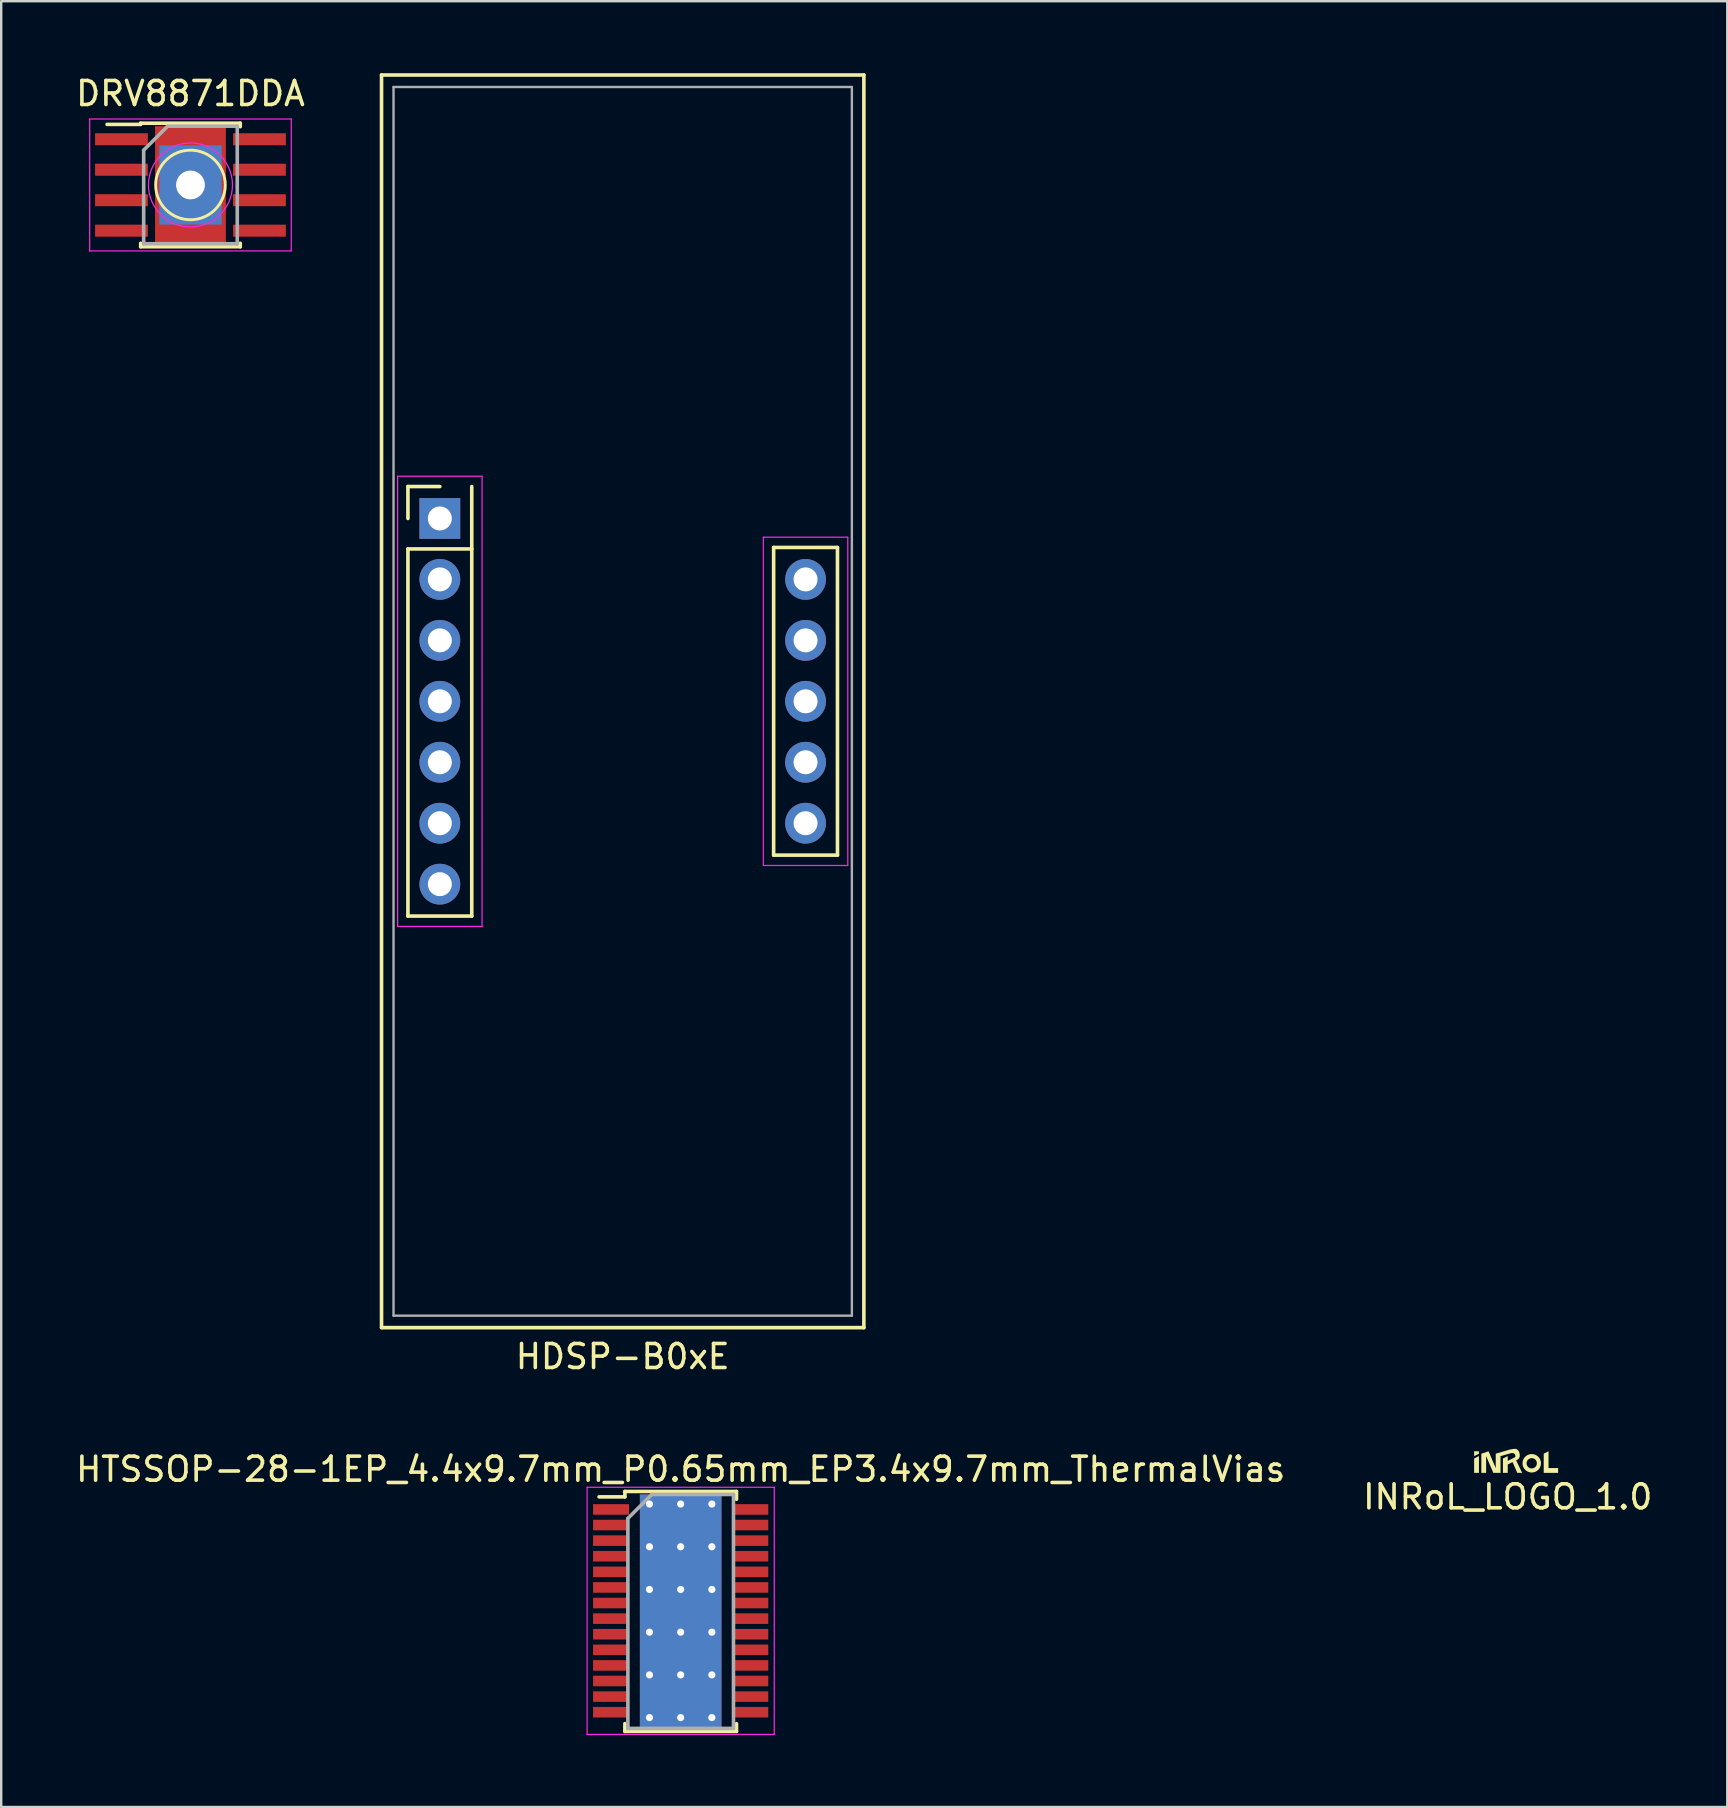
<source format=kicad_pcb>
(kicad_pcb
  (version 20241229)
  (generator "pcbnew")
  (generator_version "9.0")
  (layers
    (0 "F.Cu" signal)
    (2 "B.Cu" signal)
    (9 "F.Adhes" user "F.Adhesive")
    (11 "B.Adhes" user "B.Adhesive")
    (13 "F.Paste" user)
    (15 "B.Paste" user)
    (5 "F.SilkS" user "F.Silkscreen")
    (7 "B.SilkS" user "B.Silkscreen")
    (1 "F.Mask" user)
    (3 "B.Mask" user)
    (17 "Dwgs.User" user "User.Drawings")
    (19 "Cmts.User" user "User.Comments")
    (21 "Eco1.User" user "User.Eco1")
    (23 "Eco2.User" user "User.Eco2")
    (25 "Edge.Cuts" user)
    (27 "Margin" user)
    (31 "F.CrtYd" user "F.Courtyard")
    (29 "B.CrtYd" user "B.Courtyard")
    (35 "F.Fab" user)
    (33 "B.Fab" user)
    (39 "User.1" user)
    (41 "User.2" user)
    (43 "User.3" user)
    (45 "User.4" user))
  (footprint "DRV8871DDA"
    (layer "F.Cu")
    (at 4.887 4.658)
    (property "Reference" "DRV8871DDA" (at 0 -3.81 0) (layer "F.SilkS") (effects (font (size 1 1) (thickness 0.15))))
    (attr through_hole)
    (fp_line (start -2.075 -2.575) (end -2.075 -2.525) (stroke (width 0.15) (type solid)) (layer "F.SilkS"))
    (fp_line (start -2.075 -2.575) (end 2.075 -2.575) (stroke (width 0.15) (type solid)) (layer "F.SilkS"))
    (fp_line (start -2.075 -2.525) (end -3.475 -2.525) (stroke (width 0.15) (type solid)) (layer "F.SilkS"))
    (fp_line (start -2.075 2.575) (end -2.075 2.43) (stroke (width 0.15) (type solid)) (layer "F.SilkS"))
    (fp_line (start -2.075 2.575) (end 2.075 2.575) (stroke (width 0.15) (type solid)) (layer "F.SilkS"))
    (fp_line (start 2.075 -2.575) (end 2.075 -2.43) (stroke (width 0.15) (type solid)) (layer "F.SilkS"))
    (fp_line (start 2.075 2.575) (end 2.075 2.43) (stroke (width 0.15) (type solid)) (layer "F.SilkS"))
    (fp_circle (center 0 0) (end 0 1.45) (stroke (width 0.12) (type solid)) (fill no) (layer "F.SilkS"))
    (fp_line (start -4.2 -2.75) (end -4.2 2.75) (stroke (width 0.05) (type solid)) (layer "F.CrtYd"))
    (fp_line (start -4.2 -2.75) (end 4.2 -2.75) (stroke (width 0.05) (type solid)) (layer "F.CrtYd"))
    (fp_line (start -4.2 2.75) (end 4.2 2.75) (stroke (width 0.05) (type solid)) (layer "F.CrtYd"))
    (fp_line (start 4.2 -2.75) (end 4.2 2.75) (stroke (width 0.05) (type solid)) (layer "F.CrtYd"))
    (fp_circle (center 0 0) (end 1.75 0) (stroke (width 0.05) (type solid)) (fill no) (layer "F.CrtYd"))
    (fp_line (start -1.95 -1.45) (end -0.95 -2.45) (stroke (width 0.15) (type solid)) (layer "F.Fab"))
    (fp_line (start -1.95 2.45) (end -1.95 -1.45) (stroke (width 0.15) (type solid)) (layer "F.Fab"))
    (fp_line (start -0.95 -2.45) (end 1.95 -2.45) (stroke (width 0.15) (type solid)) (layer "F.Fab"))
    (fp_line (start 1.95 -2.45) (end 1.95 2.45) (stroke (width 0.15) (type solid)) (layer "F.Fab"))
    (fp_line (start 1.95 2.45) (end -1.95 2.45) (stroke (width 0.15) (type solid)) (layer "F.Fab"))
    (pad "" smd rect (at 0 0) (size 2.4 3.1) (layers "F.Mask"))
    (pad "" smd rect (at 0 0) (size 2.4 3.1) (layers "F.Paste"))
    (pad "" thru_hole circle (at 0 0) (size 2.5 2.5) (drill 1.2) (layers "*.Cu" "*.Mask"))
    (pad "1" smd rect (at -2.875 -1.905) (size 2.2 0.5) (layers "F.Cu" "F.Mask" "F.Paste"))
    (pad "2" smd rect (at -2.875 -0.635) (size 2.2 0.5) (layers "F.Cu" "F.Mask" "F.Paste"))
    (pad "3" smd rect (at -2.875 0.635) (size 2.2 0.5) (layers "F.Cu" "F.Mask" "F.Paste"))
    (pad "4" smd rect (at -2.875 1.905) (size 2.2 0.5) (layers "F.Cu" "F.Mask" "F.Paste"))
    (pad "5" smd rect (at 2.875 1.905) (size 2.2 0.5) (layers "F.Cu" "F.Mask" "F.Paste"))
    (pad "6" smd rect (at 2.875 0.635) (size 2.2 0.5) (layers "F.Cu" "F.Mask" "F.Paste"))
    (pad "7" smd rect (at 2.875 -0.635) (size 2.2 0.5) (layers "F.Cu" "F.Mask" "F.Paste"))
    (pad "8" smd rect (at 2.875 -1.905) (size 2.2 0.5) (layers "F.Cu" "F.Mask" "F.Paste"))
    (pad "9" smd rect (at 0 0) (size 2.6 3.3) (layers "B.Cu"))
    (pad "9" smd rect (at 0 0) (size 2.95 4.9) (layers "F.Cu")))
  (footprint "HTSSOP-28-1EP_4.4x9.7mm_P0.65mm_EP3.4x9.7mm_ThermalVias"
    (layer "F.Cu")
    (at 25.315 64.076)
    (property "Reference" "HTSSOP-28-1EP_4.4x9.7mm_P0.65mm_EP3.4x9.7mm_ThermalVias" (at 0 -5.9 0) (layer "F.SilkS") (effects (font (size 1 1) (thickness 0.15))))
    (attr smd)
    (fp_line (start -2.325 -4.975) (end -2.325 -4.75) (stroke (width 0.15) (type solid)) (layer "F.SilkS"))
    (fp_line (start -2.325 -4.975) (end 2.325 -4.975) (stroke (width 0.15) (type solid)) (layer "F.SilkS"))
    (fp_line (start -2.325 -4.75) (end -3.4 -4.75) (stroke (width 0.15) (type solid)) (layer "F.SilkS"))
    (fp_line (start -2.325 5.026) (end -2.325 4.701) (stroke (width 0.15) (type solid)) (layer "F.SilkS"))
    (fp_line (start -2.325 5.026) (end 2.325 5.026) (stroke (width 0.15) (type solid)) (layer "F.SilkS"))
    (fp_line (start 2.325 -4.975) (end 2.325 -4.65) (stroke (width 0.15) (type solid)) (layer "F.SilkS"))
    (fp_line (start 2.325 5.026) (end 2.325 4.701) (stroke (width 0.15) (type solid)) (layer "F.SilkS"))
    (fp_line (start -3.9 -5.15) (end -3.9 5.15) (stroke (width 0.05) (type solid)) (layer "F.CrtYd"))
    (fp_line (start -3.9 -5.15) (end 3.9 -5.15) (stroke (width 0.05) (type solid)) (layer "F.CrtYd"))
    (fp_line (start -3.9 5.15) (end 3.9 5.15) (stroke (width 0.05) (type solid)) (layer "F.CrtYd"))
    (fp_line (start 3.9 -5.15) (end 3.9 5.15) (stroke (width 0.05) (type solid)) (layer "F.CrtYd"))
    (fp_line (start -2.2 -3.85) (end -1.2 -4.85) (stroke (width 0.15) (type solid)) (layer "F.Fab"))
    (fp_line (start -2.2 4.85) (end -2.2 -3.85) (stroke (width 0.15) (type solid)) (layer "F.Fab"))
    (fp_line (start -1.2 -4.85) (end 2.2 -4.85) (stroke (width 0.15) (type solid)) (layer "F.Fab"))
    (fp_line (start 2.2 -4.85) (end 2.2 4.85) (stroke (width 0.15) (type solid)) (layer "F.Fab"))
    (fp_line (start 2.2 4.901) (end -2.2 4.901) (stroke (width 0.15) (type solid)) (layer "F.Fab"))
    (pad "" smd rect (at 0 0) (size 3.1 4.05) (layers "F.Mask"))
    (pad "" smd rect (at 0 0) (size 3.1 4.05) (layers "F.Paste"))
    (pad "1" smd rect (at -2.9 -4.225) (size 1.5 0.44) (layers "F.Cu" "F.Mask" "F.Paste"))
    (pad "2" smd rect (at -2.9 -3.575) (size 1.5 0.44) (layers "F.Cu" "F.Mask" "F.Paste"))
    (pad "3" smd rect (at -2.9 -2.925) (size 1.5 0.44) (layers "F.Cu" "F.Mask" "F.Paste"))
    (pad "4" smd rect (at -2.9 -2.275) (size 1.5 0.44) (layers "F.Cu" "F.Mask" "F.Paste"))
    (pad "5" smd rect (at -2.9 -1.625) (size 1.5 0.44) (layers "F.Cu" "F.Mask" "F.Paste"))
    (pad "6" smd rect (at -2.9 -0.975) (size 1.5 0.44) (layers "F.Cu" "F.Mask" "F.Paste"))
    (pad "7" smd rect (at -2.9 -0.325) (size 1.5 0.44) (layers "F.Cu" "F.Mask" "F.Paste"))
    (pad "8" smd rect (at -2.9 0.325) (size 1.5 0.44) (layers "F.Cu" "F.Mask" "F.Paste"))
    (pad "9" smd rect (at -2.9 0.975) (size 1.5 0.44) (layers "F.Cu" "F.Mask" "F.Paste"))
    (pad "10" smd rect (at -2.9 1.625) (size 1.5 0.44) (layers "F.Cu" "F.Mask" "F.Paste"))
    (pad "11" smd rect (at -2.9 2.275) (size 1.5 0.44) (layers "F.Cu" "F.Mask" "F.Paste"))
    (pad "12" smd rect (at -2.9 2.925) (size 1.5 0.44) (layers "F.Cu" "F.Mask" "F.Paste"))
    (pad "13" smd rect (at -2.9 3.575) (size 1.5 0.44) (layers "F.Cu" "F.Mask" "F.Paste"))
    (pad "14" smd rect (at -2.9 4.225) (size 1.5 0.44) (layers "F.Cu" "F.Mask" "F.Paste"))
    (pad "15" smd rect (at 2.9 4.225) (size 1.5 0.44) (layers "F.Cu" "F.Mask" "F.Paste"))
    (pad "16" smd rect (at 2.9 3.575) (size 1.5 0.44) (layers "F.Cu" "F.Mask" "F.Paste"))
    (pad "17" smd rect (at 2.9 2.925) (size 1.5 0.44) (layers "F.Cu" "F.Mask" "F.Paste"))
    (pad "18" smd rect (at 2.9 2.275) (size 1.5 0.44) (layers "F.Cu" "F.Mask" "F.Paste"))
    (pad "19" smd rect (at 2.9 1.625) (size 1.5 0.44) (layers "F.Cu" "F.Mask" "F.Paste"))
    (pad "20" smd rect (at 2.9 0.975) (size 1.5 0.44) (layers "F.Cu" "F.Mask" "F.Paste"))
    (pad "21" smd rect (at 2.9 0.325) (size 1.5 0.44) (layers "F.Cu" "F.Mask" "F.Paste"))
    (pad "22" smd rect (at 2.9 -0.325) (size 1.5 0.44) (layers "F.Cu" "F.Mask" "F.Paste"))
    (pad "23" smd rect (at 2.9 -0.975) (size 1.5 0.44) (layers "F.Cu" "F.Mask" "F.Paste"))
    (pad "24" smd rect (at 2.9 -1.625) (size 1.5 0.44) (layers "F.Cu" "F.Mask" "F.Paste"))
    (pad "25" smd rect (at 2.9 -2.275) (size 1.5 0.44) (layers "F.Cu" "F.Mask" "F.Paste"))
    (pad "26" smd rect (at 2.9 -2.925) (size 1.5 0.44) (layers "F.Cu" "F.Mask" "F.Paste"))
    (pad "27" smd rect (at 2.9 -3.575) (size 1.5 0.44) (layers "F.Cu" "F.Mask" "F.Paste"))
    (pad "28" smd rect (at 2.9 -4.225) (size 1.5 0.44) (layers "F.Cu" "F.Mask" "F.Paste"))
    (pad "29" thru_hole circle (at -1.3 -4.45) (size 0.6 0.6) (drill 0.3) (layers "*.Cu"))
    (pad "29" thru_hole circle (at -1.3 -2.67) (size 0.6 0.6) (drill 0.3) (layers "*.Cu"))
    (pad "29" thru_hole circle (at -1.3 -0.89) (size 0.6 0.6) (drill 0.3) (layers "*.Cu"))
    (pad "29" thru_hole circle (at -1.3 0.89) (size 0.6 0.6) (drill 0.3) (layers "*.Cu"))
    (pad "29" thru_hole circle (at -1.3 2.67) (size 0.6 0.6) (drill 0.3) (layers "*.Cu"))
    (pad "29" thru_hole circle (at -1.3 4.45) (size 0.6 0.6) (drill 0.3) (layers "*.Cu"))
    (pad "29" thru_hole circle (at 0 -4.45) (size 0.6 0.6) (drill 0.3) (layers "*.Cu"))
    (pad "29" thru_hole circle (at 0 -2.67) (size 0.6 0.6) (drill 0.3) (layers "*.Cu"))
    (pad "29" thru_hole circle (at 0 -0.89) (size 0.6 0.6) (drill 0.3) (layers "*.Cu"))
    (pad "29" smd rect (at 0 0) (size 3.4 9.7) (layers "F.Cu"))
    (pad "29" smd rect (at 0 0) (size 3.4 9.7) (layers "B.Cu"))
    (pad "29" thru_hole circle (at 0 0.89) (size 0.6 0.6) (drill 0.3) (layers "*.Cu"))
    (pad "29" thru_hole circle (at 0 2.67) (size 0.6 0.6) (drill 0.3) (layers "*.Cu"))
    (pad "29" thru_hole circle (at 0 4.45) (size 0.6 0.6) (drill 0.3) (layers "*.Cu"))
    (pad "29" thru_hole circle (at 1.3 -4.45) (size 0.6 0.6) (drill 0.3) (layers "*.Cu"))
    (pad "29" thru_hole circle (at 1.3 -2.67) (size 0.6 0.6) (drill 0.3) (layers "*.Cu"))
    (pad "29" thru_hole circle (at 1.3 -0.89) (size 0.6 0.6) (drill 0.3) (layers "*.Cu"))
    (pad "29" thru_hole circle (at 1.3 0.89) (size 0.6 0.6) (drill 0.3) (layers "*.Cu"))
    (pad "29" thru_hole circle (at 1.3 2.67) (size 0.6 0.6) (drill 0.3) (layers "*.Cu"))
    (pad "29" thru_hole circle (at 1.3 4.45) (size 0.6 0.6) (drill 0.3) (layers "*.Cu")))
  (footprint "HDSP-B0xE"
    (layer "F.Cu")
    (at 22.899 26.175)
    (property "Reference" "HDSP-B0xE" (at 0 27.305 0) (layer "F.SilkS") (effects (font (size 1 1) (thickness 0.15))))
    (attr through_hole)
    (fp_line (start -10.05 -26.1) (end -10.05 26.1) (stroke (width 0.15) (type solid)) (layer "F.SilkS"))
    (fp_line (start -10.05 -26.1) (end 10.05 -26.1) (stroke (width 0.15) (type solid)) (layer "F.SilkS"))
    (fp_line (start -10.05 26.1) (end 10.05 26.1) (stroke (width 0.15) (type solid)) (layer "F.SilkS"))
    (fp_line (start -8.95 -8.95) (end -8.95 -7.62) (stroke (width 0.15) (type solid)) (layer "F.SilkS"))
    (fp_line (start -8.95 -6.35) (end -8.95 8.95) (stroke (width 0.15) (type solid)) (layer "F.SilkS"))
    (fp_line (start -7.62 -8.95) (end -8.95 -8.95) (stroke (width 0.15) (type solid)) (layer "F.SilkS"))
    (fp_line (start -6.29 -8.95) (end -6.29 8.95) (stroke (width 0.15) (type solid)) (layer "F.SilkS"))
    (fp_line (start -6.29 -6.35) (end -8.95 -6.35) (stroke (width 0.15) (type solid)) (layer "F.SilkS"))
    (fp_line (start -6.29 8.95) (end -8.95 8.95) (stroke (width 0.15) (type solid)) (layer "F.SilkS"))
    (fp_line (start 6.29 -6.41) (end 6.29 6.41) (stroke (width 0.15) (type solid)) (layer "F.SilkS"))
    (fp_line (start 8.95 -6.41) (end 6.29 -6.41) (stroke (width 0.15) (type solid)) (layer "F.SilkS"))
    (fp_line (start 8.95 -6.41) (end 8.95 6.41) (stroke (width 0.15) (type solid)) (layer "F.SilkS"))
    (fp_line (start 8.95 6.41) (end 6.29 6.41) (stroke (width 0.15) (type solid)) (layer "F.SilkS"))
    (fp_line (start 10.05 -26.1) (end 10.05 26.1) (stroke (width 0.15) (type solid)) (layer "F.SilkS"))
    (fp_line (start -9.38 -9.38) (end -9.38 9.38) (stroke (width 0.05) (type solid)) (layer "F.CrtYd"))
    (fp_line (start -5.86 -9.38) (end -9.38 -9.38) (stroke (width 0.05) (type solid)) (layer "F.CrtYd"))
    (fp_line (start -5.86 -9.38) (end -5.86 9.38) (stroke (width 0.05) (type solid)) (layer "F.CrtYd"))
    (fp_line (start -5.86 9.38) (end -9.38 9.38) (stroke (width 0.05) (type solid)) (layer "F.CrtYd"))
    (fp_line (start 5.86 -6.84) (end 5.86 6.84) (stroke (width 0.05) (type solid)) (layer "F.CrtYd"))
    (fp_line (start 9.38 -6.84) (end 5.86 -6.84) (stroke (width 0.05) (type solid)) (layer "F.CrtYd"))
    (fp_line (start 9.38 -6.84) (end 9.38 6.84) (stroke (width 0.05) (type solid)) (layer "F.CrtYd"))
    (fp_line (start 9.38 6.84) (end 5.86 6.84) (stroke (width 0.05) (type solid)) (layer "F.CrtYd"))
    (fp_line (start -9.55 -25.6) (end -9.55 25.6) (stroke (width 0.1) (type solid)) (layer "F.Fab"))
    (fp_line (start -9.55 -25.6) (end 9.55 -25.6) (stroke (width 0.1) (type solid)) (layer "F.Fab"))
    (fp_line (start -9.55 25.6) (end 9.55 25.6) (stroke (width 0.1) (type solid)) (layer "F.Fab"))
    (fp_line (start 9.55 -25.6) (end 9.55 25.6) (stroke (width 0.1) (type solid)) (layer "F.Fab"))
    (pad "1" thru_hole rect (at -7.62 -7.62) (size 1.7 1.7) (drill 1) (layers "*.Cu" "*.Mask"))
    (pad "2" thru_hole oval (at -7.62 -5.08) (size 1.7 1.7) (drill 1) (layers "*.Cu" "*.Mask"))
    (pad "3" thru_hole oval (at -7.62 -2.54) (size 1.7 1.7) (drill 1) (layers "*.Cu" "*.Mask"))
    (pad "4" thru_hole oval (at -7.62 0) (size 1.7 1.7) (drill 1) (layers "*.Cu" "*.Mask"))
    (pad "5" thru_hole oval (at -7.62 2.54) (size 1.7 1.7) (drill 1) (layers "*.Cu" "*.Mask"))
    (pad "6" thru_hole oval (at -7.62 5.08) (size 1.7 1.7) (drill 1) (layers "*.Cu" "*.Mask"))
    (pad "7" thru_hole oval (at -7.62 7.62) (size 1.7 1.7) (drill 1) (layers "*.Cu" "*.Mask"))
    (pad "8" thru_hole oval (at 7.62 5.08) (size 1.7 1.7) (drill 1) (layers "*.Cu" "*.Mask"))
    (pad "9" thru_hole oval (at 7.62 2.54) (size 1.7 1.7) (drill 1) (layers "*.Cu" "*.Mask"))
    (pad "10" thru_hole oval (at 7.62 0) (size 1.7 1.7) (drill 1) (layers "*.Cu" "*.Mask"))
    (pad "11" thru_hole oval (at 7.62 -2.54) (size 1.7 1.7) (drill 1) (layers "*.Cu" "*.Mask"))
    (pad "12" thru_hole oval (at 7.62 -5.08) (size 1.7 1.7) (drill 1) (layers "*.Cu" "*.Mask")))
  (footprint "INRoL_LOGO_1.0"
    (layer "F.Cu")
    (at 59.78 58.328)
    (property "Reference" "INRoL_LOGO_1.0" (at 0 1 0) (layer "F.SilkS") (effects (font (size 1 1) (thickness 0.15))))
    (attr through_hole)
    (fp_circle (center 1 -0.4) (end 1.3 -0.4) (stroke (width 0.17) (type solid)) (fill no) (layer "F.SilkS"))
    (fp_poly (pts (xy -1.2 -0.8) (xy -1.4 -0.7) (xy -1.4 -0.9) (xy -1.2 -0.9)) (stroke (width 0) (type solid)) (fill yes) (layer "F.SilkS"))
    (fp_poly (pts (xy -1.2 0) (xy -1.4 0) (xy -1.4 -0.6) (xy -1.2 -0.7)) (stroke (width 0) (type solid)) (fill yes) (layer "F.SilkS"))
    (fp_poly (pts (xy 1.7 -0.2) (xy 2.1 -0.2) (xy 2.1 0) (xy 1.5 0) (xy 1.5 -0.8) (xy 1.7 -0.9)) (stroke (width 0) (type solid)) (fill yes) (layer "F.SilkS"))
    (fp_poly (pts (xy 0.425 -0.95) (xy 0.475 -0.875) (xy 0.5 -0.78) (xy 0.5 -0.675) (xy 0.45 -0.575) (xy 0.35 -0.525) (xy 0.6 0) (xy 0.4 0) (xy 0.2 -0.45) (xy 0 -0.35) (xy 0 0) (xy -0.2 0) (xy -0.2 -0.6) (xy 0 -0.7) (xy 0 -0.5) (xy 0.3 -0.65) (xy 0.325 -0.7) (xy 0.3 -0.775) (xy 0.275 -0.8) (xy 0.225 -0.825) (xy 0.15 -0.825) (xy -0.3 -0.7) (xy -0.3 0) (xy -0.6 0) (xy -0.9 -0.7) (xy -0.9 0) (xy -1.1 0) (xy -1.1 -0.8) (xy -0.8 -0.9) (xy -0.5 -0.2) (xy -0.5 -0.8) (xy 0.1 -0.975) (xy 0.25 -1) (xy 0.35 -1)) (stroke (width 0) (type solid)) (fill yes) (layer "F.SilkS")))
  (gr_rect
    (start -3 -3)
    (end 68.929 72.251)
    (stroke (width 0.1) (type default))
    (fill no)
    (layer "Edge.Cuts")))
</source>
